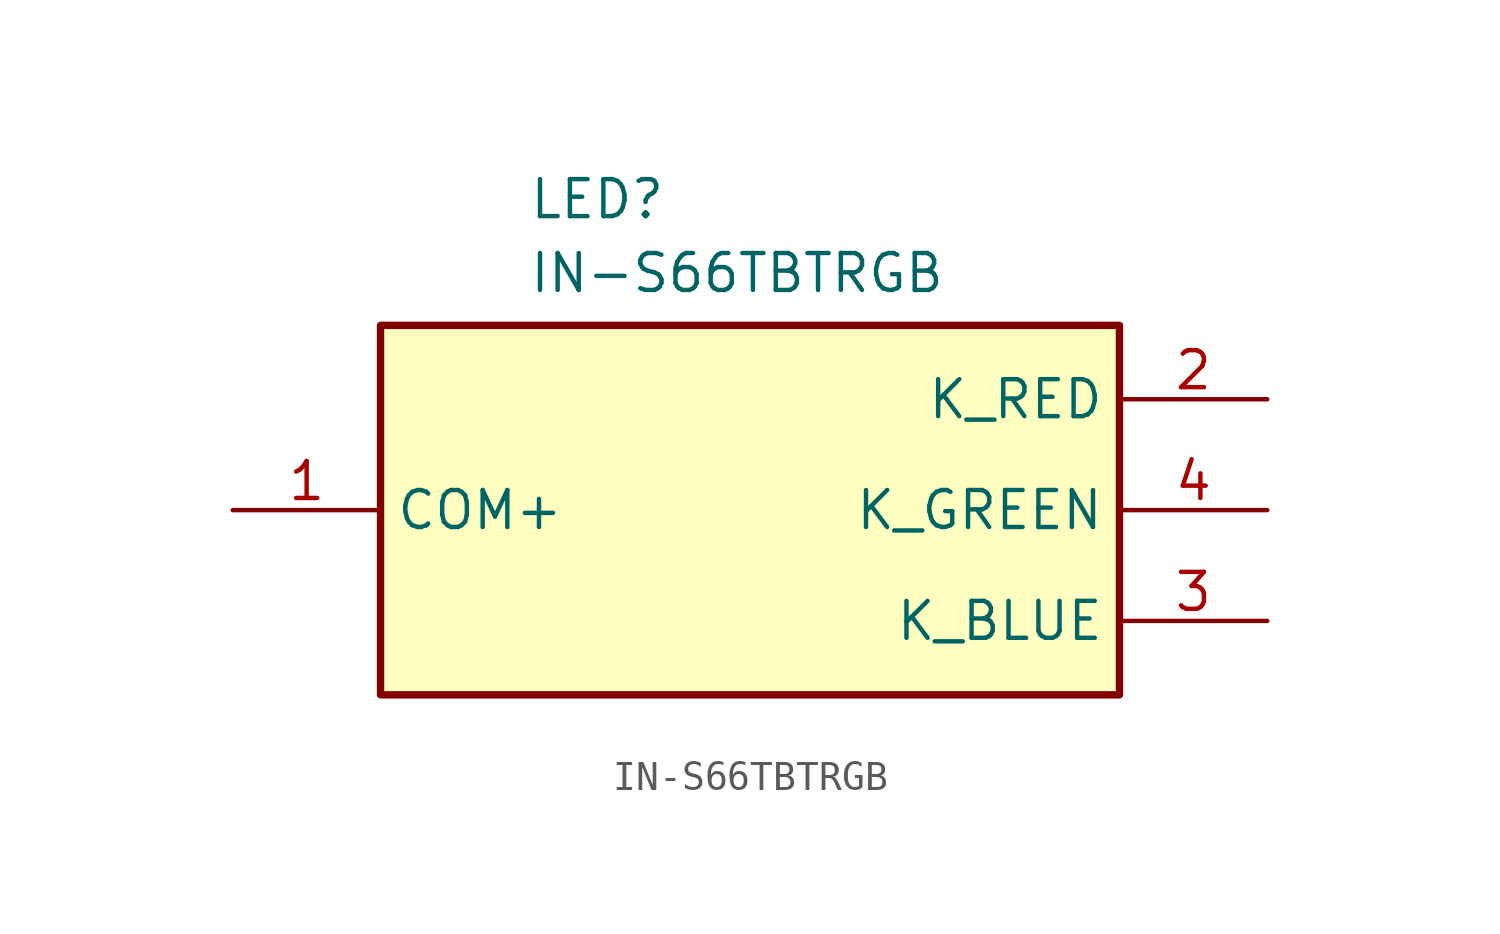
<source format=kicad_sym>
(kicad_symbol_lib
  (version 20231120)
  (generator "kicad_symbol_editor")
  (generator_version "8.0")
  (symbol "IN-S66TBTRGB"
    (property "Reference" "LED"
      (at 10.16 7.62 0)
      (effects (font (size 1.27 1.27)) (justify left top)))
    (property "Value" "IN-S66TBTRGB"
      (at 10.16 5.08 0)
      (effects (font (size 1.27 1.27)) (justify left top)))
    (symbol "IN-S66TBTRGB_1_1"
      (rectangle (start 5.08 2.54) (end 30.48 -10.16) (stroke (width 0.254) (type default)) (fill (type background)))
      (pin passive line (at 0 -3.81 0) (length 5.08) (name "COM+" (effects (font (size 1.27 1.27)))) (number "1" (effects (font (size 1.27 1.27)))))
      (pin passive line (at 35.56 0 180) (length 5.08) (name "K_RED" (effects (font (size 1.27 1.27)))) (number "2" (effects (font (size 1.27 1.27)))))
      (pin passive line (at 35.56 -7.62 180) (length 5.08) (name "K_BLUE" (effects (font (size 1.27 1.27)))) (number "3" (effects (font (size 1.27 1.27)))))
      (pin passive line (at 35.56 -3.81 180) (length 5.08) (name "K_GREEN" (effects (font (size 1.27 1.27)))) (number "4" (effects (font (size 1.27 1.27))))))))
</source>
